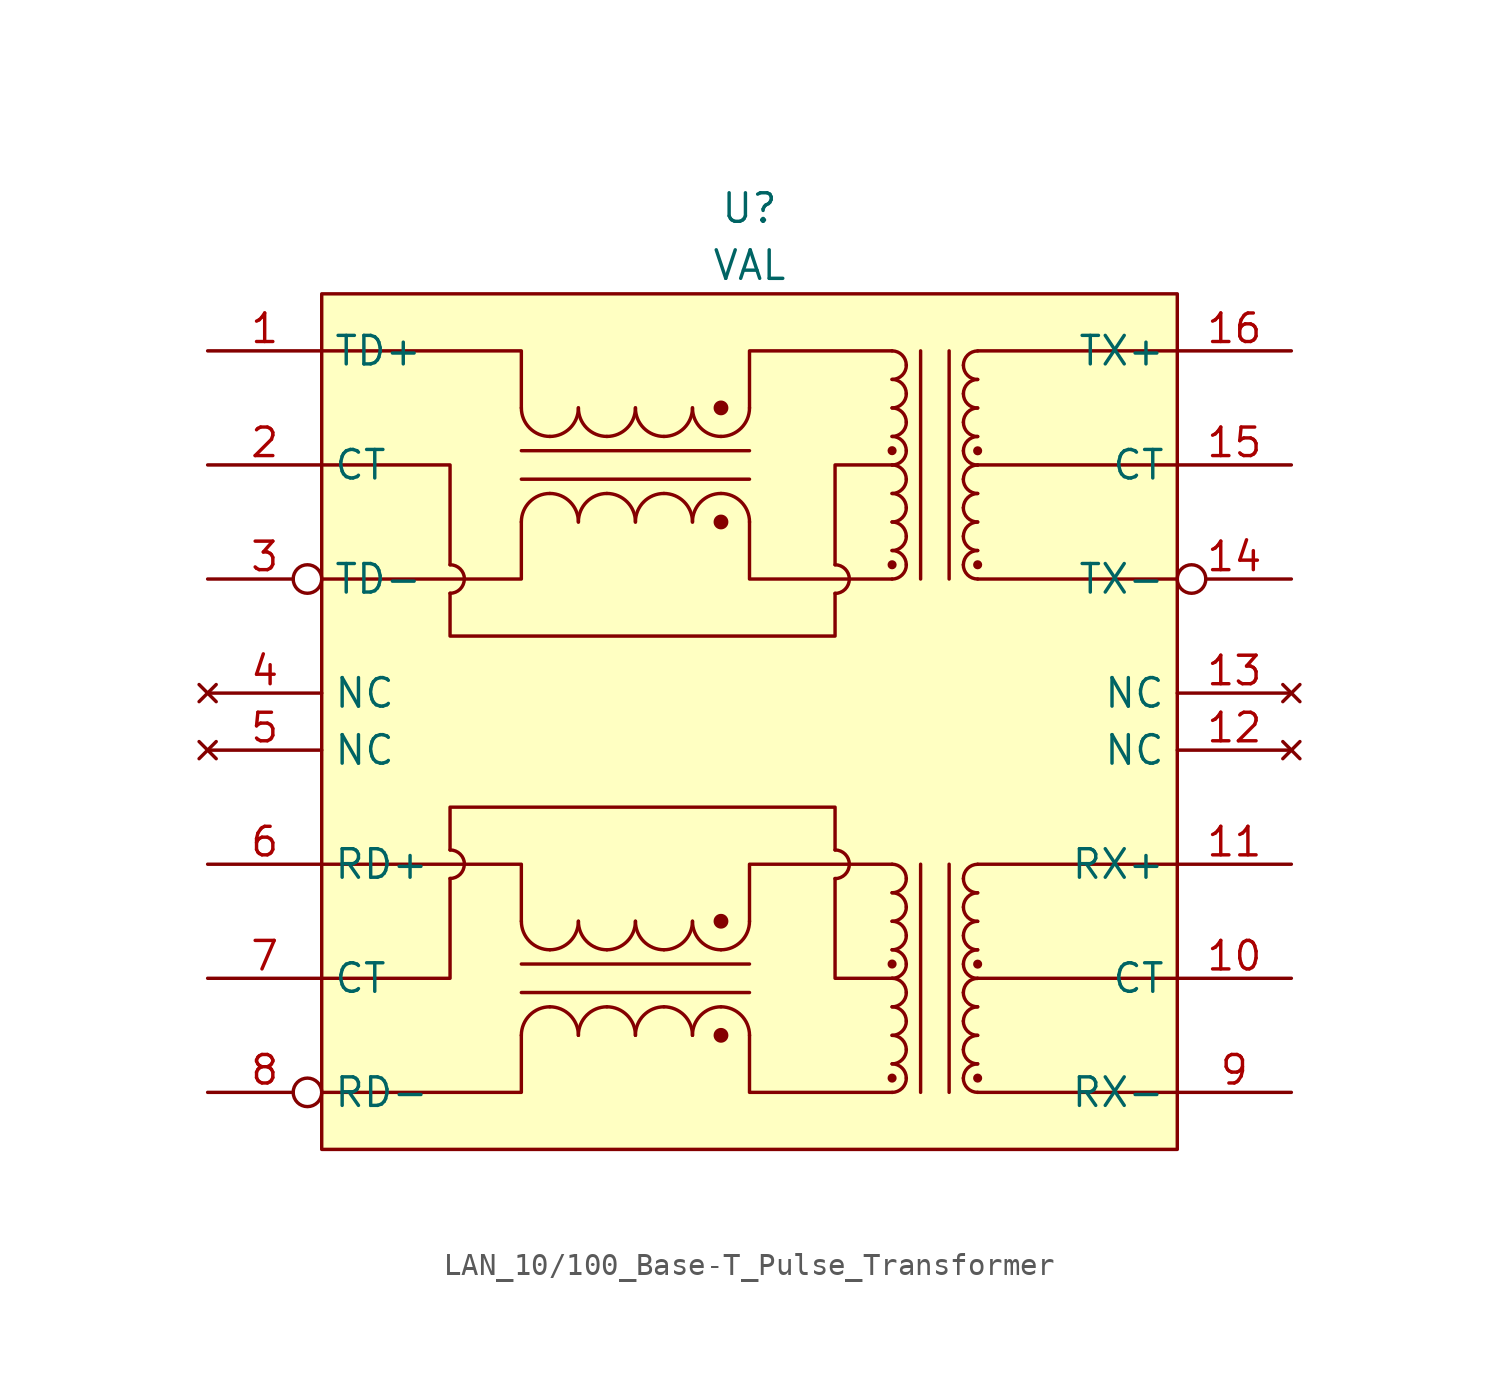
<source format=kicad_sym>
(kicad_symbol_lib
  (version 20241209)
  (generator "kicad_symbol_editor")
  (generator_version "9.0")
  (symbol "LAN_10/100_Base-T_Pulse_Transformer"
    (property "Reference" "U"
      (at 0 22.86 0)
      (do_not_autoplace)
      (effects (font (size 1.27 1.27))))
    (property "Value" "VAL"
      (at 0 20.32 0)
      (do_not_autoplace)
      (effects (font (size 1.27 1.27))))
    (symbol "LAN_10/100_Base-T_Pulse_Transformer_0_1"
      (polyline (pts (xy -19.05 16.51) (xy -10.16 16.51) (xy -10.16 13.97)) (stroke (width 0) (type default)) (fill (type none)))
      (polyline (pts (xy -19.05 -6.35) (xy -10.16 -6.35) (xy -10.16 -8.89)) (stroke (width 0) (type default)) (fill (type none)))
      (polyline (pts (xy -13.335 6.985) (xy -13.335 11.43) (xy -19.05 11.43)) (stroke (width 0) (type default)) (fill (type none)))
      (arc (start -13.335 6.985) (mid -12.886 6.799) (end -12.7 6.35) (stroke (width 0) (type default)) (fill (type none)))
      (arc (start -12.7 6.35) (mid -12.886 5.901) (end -13.335 5.715) (stroke (width 0) (type default)) (fill (type none)))
      (arc (start -13.335 -5.715) (mid -12.886 -5.901) (end -12.7 -6.35) (stroke (width 0) (type default)) (fill (type none)))
      (arc (start -12.7 -6.35) (mid -12.886 -6.799) (end -13.335 -6.985) (stroke (width 0) (type default)) (fill (type none)))
      (polyline (pts (xy -13.335 -6.985) (xy -13.335 -11.43) (xy -19.05 -11.43)) (stroke (width 0) (type default)) (fill (type none)))
      (polyline (pts (xy -10.16 8.89) (xy -10.16 6.35) (xy -19.05 6.35)) (stroke (width 0) (type default)) (fill (type none)))
      (polyline (pts (xy -10.16 -13.97) (xy -10.16 -16.51) (xy -19.05 -16.51)) (stroke (width 0) (type default)) (fill (type none)))
      (arc (start -8.89 12.7) (mid -9.788 13.072) (end -10.16 13.97) (stroke (width 0) (type default)) (fill (type none)))
      (arc (start -7.6199 13.9699) (mid -7.9919 13.0719) (end -8.8899 12.6999) (stroke (width 0) (type default)) (fill (type none)))
      (arc (start -10.1601 8.8901) (mid -9.7881 9.7881) (end -8.8901 10.1601) (stroke (width 0) (type default)) (fill (type none)))
      (arc (start -8.8899 10.1601) (mid -7.9919 9.7881) (end -7.6199 8.8901) (stroke (width 0) (type default)) (fill (type none)))
      (arc (start -7.6199 -8.8901) (mid -7.9919 -9.7881) (end -8.8899 -10.1601) (stroke (width 0) (type default)) (fill (type none)))
      (arc (start -10.1601 -13.9699) (mid -9.7881 -13.0719) (end -8.8901 -12.6999) (stroke (width 0) (type default)) (fill (type none)))
      (arc (start -8.8899 -12.6999) (mid -7.9919 -13.0719) (end -7.6199 -13.9699) (stroke (width 0) (type default)) (fill (type none)))
      (arc (start -8.89 -10.16) (mid -9.788 -9.788) (end -10.16 -8.89) (stroke (width 0) (type default)) (fill (type none)))
      (arc (start -6.3501 12.6999) (mid -7.2481 13.0719) (end -7.6201 13.9699) (stroke (width 0) (type default)) (fill (type none)))
      (arc (start -5.0799 13.9699) (mid -5.4519 13.0719) (end -6.3499 12.6999) (stroke (width 0) (type default)) (fill (type none)))
      (arc (start -7.6201 8.8901) (mid -7.2481 9.7881) (end -6.3501 10.1601) (stroke (width 0) (type default)) (fill (type none)))
      (arc (start -6.3499 10.1601) (mid -5.4519 9.7881) (end -5.0799 8.8901) (stroke (width 0) (type default)) (fill (type none)))
      (arc (start -6.3501 -10.1601) (mid -7.2481 -9.7881) (end -7.6201 -8.8901) (stroke (width 0) (type default)) (fill (type none)))
      (arc (start -5.0799 -8.8901) (mid -5.4519 -9.7881) (end -6.3499 -10.1601) (stroke (width 0) (type default)) (fill (type none)))
      (arc (start -7.6201 -13.9699) (mid -7.2481 -13.0719) (end -6.3501 -12.6999) (stroke (width 0) (type default)) (fill (type none)))
      (arc (start -6.3499 -12.6999) (mid -5.4519 -13.0719) (end -5.0799 -13.9699) (stroke (width 0) (type default)) (fill (type none)))
      (arc (start -3.8101 12.6999) (mid -4.7081 13.0719) (end -5.0801 13.9699) (stroke (width 0) (type default)) (fill (type none)))
      (arc (start -2.5399 13.9699) (mid -2.9119 13.0719) (end -3.8099 12.6999) (stroke (width 0) (type default)) (fill (type none)))
      (arc (start -5.0801 8.8901) (mid -4.7081 9.7881) (end -3.8101 10.1601) (stroke (width 0) (type default)) (fill (type none)))
      (arc (start -3.8099 10.1601) (mid -2.9119 9.7881) (end -2.5399 8.8901) (stroke (width 0) (type default)) (fill (type none)))
      (arc (start -3.8101 -10.1601) (mid -4.7081 -9.7881) (end -5.0801 -8.8901) (stroke (width 0) (type default)) (fill (type none)))
      (arc (start -2.5399 -8.8901) (mid -2.9119 -9.7881) (end -3.8099 -10.1601) (stroke (width 0) (type default)) (fill (type none)))
      (arc (start -5.0801 -13.9699) (mid -4.7081 -13.0719) (end -3.8101 -12.6999) (stroke (width 0) (type default)) (fill (type none)))
      (arc (start -3.8099 -12.6999) (mid -2.9119 -13.0719) (end -2.5399 -13.9699) (stroke (width 0) (type default)) (fill (type none)))
      (arc (start -1.27 10.16) (mid -0.372 9.788) (end 0 8.89) (stroke (width 0) (type default)) (fill (type none)))
      (arc (start -1.27 -12.7) (mid -0.372 -13.072) (end 0 -13.97) (stroke (width 0) (type default)) (fill (type none)))
      (arc (start -1.2701 12.6999) (mid -2.1681 13.0719) (end -2.5401 13.9699) (stroke (width 0) (type default)) (fill (type none)))
      (arc (start 0.0001 13.9699) (mid -0.3719 13.0719) (end -1.2699 12.6999) (stroke (width 0) (type default)) (fill (type none)))
      (arc (start -2.5401 8.8901) (mid -2.1681 9.7881) (end -1.2701 10.1601) (stroke (width 0) (type default)) (fill (type none)))
      (arc (start -1.2701 -10.1601) (mid -2.1681 -9.7881) (end -2.5401 -8.8901) (stroke (width 0) (type default)) (fill (type none)))
      (arc (start 0.0001 -8.8901) (mid -0.3719 -9.7881) (end -1.2699 -10.1601) (stroke (width 0) (type default)) (fill (type none)))
      (arc (start -2.5401 -13.9699) (mid -2.1681 -13.0719) (end -1.2701 -12.6999) (stroke (width 0) (type default)) (fill (type none)))
      (polyline (pts (xy 0 13.97) (xy 0 16.51) (xy 6.35 16.51)) (stroke (width 0) (type default)) (fill (type none)))
      (polyline (pts (xy 0 8.89) (xy 0 6.35) (xy 6.35 6.35)) (stroke (width 0) (type default)) (fill (type none)))
      (polyline (pts (xy 0 -8.89) (xy 0 -6.35) (xy 6.35 -6.35)) (stroke (width 0) (type default)) (fill (type none)))
      (polyline (pts (xy 0 -13.97) (xy 0 -16.51) (xy 6.35 -16.51)) (stroke (width 0) (type default)) (fill (type none)))
      (arc (start 3.81 6.985) (mid 4.259 6.799) (end 4.445 6.35) (stroke (width 0) (type default)) (fill (type none)))
      (arc (start 4.445 6.35) (mid 4.259 5.901) (end 3.81 5.715) (stroke (width 0) (type default)) (fill (type none)))
      (polyline (pts (xy 3.81 5.715) (xy 3.81 3.81) (xy -13.335 3.81) (xy -13.335 5.715)) (stroke (width 0) (type default)) (fill (type none)))
      (polyline (pts (xy 3.81 -5.715) (xy 3.81 -3.81) (xy -13.335 -3.81) (xy -13.335 -5.715)) (stroke (width 0) (type default)) (fill (type none)))
      (arc (start 3.81 -5.715) (mid 4.259 -5.901) (end 4.445 -6.35) (stroke (width 0) (type default)) (fill (type none)))
      (arc (start 4.445 -6.35) (mid 4.259 -6.799) (end 3.81 -6.985) (stroke (width 0) (type default)) (fill (type none)))
      (arc (start 6.35 16.51) (mid 6.799 16.324) (end 6.985 15.875) (stroke (width 0) (type default)) (fill (type none)))
      (arc (start 6.985 15.875) (mid 6.799 15.426) (end 6.35 15.24) (stroke (width 0) (type default)) (fill (type none)))
      (arc (start 6.35 15.24) (mid 6.799 15.054) (end 6.985 14.605) (stroke (width 0) (type default)) (fill (type none)))
      (arc (start 6.985 14.605) (mid 6.799 14.156) (end 6.35 13.97) (stroke (width 0) (type default)) (fill (type none)))
      (arc (start 6.35 13.97) (mid 6.799 13.784) (end 6.985 13.335) (stroke (width 0) (type default)) (fill (type none)))
      (arc (start 6.985 13.335) (mid 6.799 12.886) (end 6.35 12.7) (stroke (width 0) (type default)) (fill (type none)))
      (arc (start 6.35 12.7) (mid 6.799 12.514) (end 6.985 12.065) (stroke (width 0) (type default)) (fill (type none)))
      (arc (start 6.985 12.065) (mid 6.799 11.616) (end 6.35 11.43) (stroke (width 0) (type default)) (fill (type none)))
      (polyline (pts (xy 6.35 11.43) (xy 3.81 11.43) (xy 3.81 6.985)) (stroke (width 0) (type default)) (fill (type none)))
      (arc (start 6.985 10.795) (mid 6.799 10.346) (end 6.35 10.16) (stroke (width 0) (type default)) (fill (type none)))
      (arc (start 6.35 11.43) (mid 6.799 11.244) (end 6.985 10.795) (stroke (width 0) (type default)) (fill (type none)))
      (arc (start 6.985 9.525) (mid 6.799 9.076) (end 6.35 8.89) (stroke (width 0) (type default)) (fill (type none)))
      (arc (start 6.35 10.16) (mid 6.799 9.974) (end 6.985 9.525) (stroke (width 0) (type default)) (fill (type none)))
      (arc (start 6.985 8.255) (mid 6.799 7.806) (end 6.35 7.62) (stroke (width 0) (type default)) (fill (type none)))
      (arc (start 6.35 8.89) (mid 6.799 8.704) (end 6.985 8.255) (stroke (width 0) (type default)) (fill (type none)))
      (arc (start 6.985 6.985) (mid 6.799 6.536) (end 6.35 6.35) (stroke (width 0) (type default)) (fill (type none)))
      (arc (start 6.35 7.62) (mid 6.799 7.434) (end 6.985 6.985) (stroke (width 0) (type default)) (fill (type none)))
      (arc (start 6.985 -6.985) (mid 6.799 -7.434) (end 6.35 -7.62) (stroke (width 0) (type default)) (fill (type none)))
      (arc (start 6.35 -6.35) (mid 6.799 -6.536) (end 6.985 -6.985) (stroke (width 0) (type default)) (fill (type none)))
      (arc (start 6.985 -8.255) (mid 6.799 -8.704) (end 6.35 -8.89) (stroke (width 0) (type default)) (fill (type none)))
      (arc (start 6.35 -7.62) (mid 6.799 -7.806) (end 6.985 -8.255) (stroke (width 0) (type default)) (fill (type none)))
      (arc (start 6.985 -9.525) (mid 6.799 -9.974) (end 6.35 -10.16) (stroke (width 0) (type default)) (fill (type none)))
      (arc (start 6.35 -8.89) (mid 6.799 -9.076) (end 6.985 -9.525) (stroke (width 0) (type default)) (fill (type none)))
      (arc (start 6.985 -10.795) (mid 6.799 -11.244) (end 6.35 -11.43) (stroke (width 0) (type default)) (fill (type none)))
      (arc (start 6.35 -10.16) (mid 6.799 -10.346) (end 6.985 -10.795) (stroke (width 0) (type default)) (fill (type none)))
      (polyline (pts (xy 6.35 -11.43) (xy 3.81 -11.43) (xy 3.81 -6.985)) (stroke (width 0) (type default)) (fill (type none)))
      (arc (start 6.985 -12.065) (mid 6.799 -12.514) (end 6.35 -12.7) (stroke (width 0) (type default)) (fill (type none)))
      (arc (start 6.35 -11.43) (mid 6.799 -11.616) (end 6.985 -12.065) (stroke (width 0) (type default)) (fill (type none)))
      (arc (start 6.985 -13.335) (mid 6.799 -13.784) (end 6.35 -13.97) (stroke (width 0) (type default)) (fill (type none)))
      (arc (start 6.35 -12.7) (mid 6.799 -12.886) (end 6.985 -13.335) (stroke (width 0) (type default)) (fill (type none)))
      (arc (start 6.985 -14.605) (mid 6.799 -15.054) (end 6.35 -15.24) (stroke (width 0) (type default)) (fill (type none)))
      (arc (start 6.35 -13.97) (mid 6.799 -14.156) (end 6.985 -14.605) (stroke (width 0) (type default)) (fill (type none)))
      (arc (start 6.985 -15.875) (mid 6.799 -16.324) (end 6.35 -16.51) (stroke (width 0) (type default)) (fill (type none)))
      (arc (start 6.35 -15.24) (mid 6.799 -15.426) (end 6.985 -15.875) (stroke (width 0) (type default)) (fill (type none)))
      (polyline (pts (xy 7.62 16.51) (xy 7.62 6.35)) (stroke (width 0) (type default)) (fill (type none)))
      (polyline (pts (xy 7.62 -6.35) (xy 7.62 -16.51)) (stroke (width 0) (type default)) (fill (type none)))
      (polyline (pts (xy 8.89 6.35) (xy 8.89 16.51)) (stroke (width 0) (type default)) (fill (type none)))
      (polyline (pts (xy 8.89 -16.51) (xy 8.89 -6.35)) (stroke (width 0) (type default)) (fill (type none)))
      (polyline (pts (xy 10.16 16.51) (xy 19.05 16.51)) (stroke (width 0) (type default)) (fill (type none)))
      (arc (start 10.16 15.235) (mid 9.711 15.421) (end 9.525 15.87) (stroke (width 0) (type default)) (fill (type none)))
      (arc (start 10.16 13.965) (mid 9.711 14.151) (end 9.525 14.6) (stroke (width 0) (type default)) (fill (type none)))
      (arc (start 10.16 12.695) (mid 9.711 12.881) (end 9.525 13.33) (stroke (width 0) (type default)) (fill (type none)))
      (arc (start 10.16 11.425) (mid 9.711 11.611) (end 9.525 12.06) (stroke (width 0) (type default)) (fill (type none)))
      (polyline (pts (xy 10.16 11.43) (xy 19.05 11.43)) (stroke (width 0) (type default)) (fill (type none)))
      (arc (start 10.16 10.16) (mid 9.711 10.346) (end 9.525 10.795) (stroke (width 0) (type default)) (fill (type none)))
      (arc (start 9.525 10.795) (mid 9.7127 11.2408) (end 10.16 11.43) (stroke (width 0) (type default)) (fill (type none)))
      (arc (start 10.16 8.89) (mid 9.711 9.076) (end 9.525 9.525) (stroke (width 0) (type default)) (fill (type none)))
      (arc (start 9.525 9.525) (mid 9.7127 9.9708) (end 10.16 10.16) (stroke (width 0) (type default)) (fill (type none)))
      (arc (start 10.16 7.62) (mid 9.711 7.806) (end 9.525 8.255) (stroke (width 0) (type default)) (fill (type none)))
      (arc (start 9.525 8.255) (mid 9.7127 8.7008) (end 10.16 8.89) (stroke (width 0) (type default)) (fill (type none)))
      (arc (start 10.16 6.35) (mid 9.711 6.536) (end 9.525 6.985) (stroke (width 0) (type default)) (fill (type none)))
      (arc (start 9.525 6.985) (mid 9.7127 7.4308) (end 10.16 7.62) (stroke (width 0) (type default)) (fill (type none)))
      (polyline (pts (xy 10.16 6.35) (xy 19.05 6.35)) (stroke (width 0) (type default)) (fill (type none)))
      (polyline (pts (xy 10.16 -6.35) (xy 19.05 -6.35)) (stroke (width 0) (type default)) (fill (type none)))
      (arc (start 10.16 -7.625) (mid 9.711 -7.439) (end 9.525 -6.99) (stroke (width 0) (type default)) (fill (type none)))
      (arc (start 10.16 -8.895) (mid 9.711 -8.709) (end 9.525 -8.26) (stroke (width 0) (type default)) (fill (type none)))
      (arc (start 10.16 -10.165) (mid 9.711 -9.979) (end 9.525 -9.53) (stroke (width 0) (type default)) (fill (type none)))
      (arc (start 10.16 -11.435) (mid 9.711 -11.249) (end 9.525 -10.8) (stroke (width 0) (type default)) (fill (type none)))
      (polyline (pts (xy 10.16 -11.43) (xy 19.05 -11.43)) (stroke (width 0) (type default)) (fill (type none)))
      (arc (start 10.16 -12.7) (mid 9.711 -12.514) (end 9.525 -12.065) (stroke (width 0) (type default)) (fill (type none)))
      (arc (start 10.16 -13.97) (mid 9.711 -13.784) (end 9.525 -13.335) (stroke (width 0) (type default)) (fill (type none)))
      (arc (start 10.16 -15.24) (mid 9.711 -15.054) (end 9.525 -14.605) (stroke (width 0) (type default)) (fill (type none)))
      (arc (start 10.16 -16.51) (mid 9.711 -16.324) (end 9.525 -15.875) (stroke (width 0) (type default)) (fill (type none)))
      (polyline (pts (xy 10.16 -16.51) (xy 19.05 -16.51)) (stroke (width 0) (type default)) (fill (type none)))
      (arc (start 9.525 15.87) (mid 9.7127 16.3158) (end 10.16 16.505) (stroke (width 0) (type default)) (fill (type none)))
      (arc (start 9.525 14.6) (mid 9.7127 15.0458) (end 10.16 15.235) (stroke (width 0) (type default)) (fill (type none)))
      (arc (start 9.525 13.33) (mid 9.7127 13.7758) (end 10.16 13.965) (stroke (width 0) (type default)) (fill (type none)))
      (arc (start 9.525 12.06) (mid 9.7127 12.5058) (end 10.16 12.695) (stroke (width 0) (type default)) (fill (type none)))
      (arc (start 9.525 -12.065) (mid 9.7127 -11.6192) (end 10.16 -11.43) (stroke (width 0) (type default)) (fill (type none)))
      (arc (start 9.525 -13.335) (mid 9.7127 -12.8892) (end 10.16 -12.7) (stroke (width 0) (type default)) (fill (type none)))
      (arc (start 9.525 -14.605) (mid 9.7127 -14.1592) (end 10.16 -13.97) (stroke (width 0) (type default)) (fill (type none)))
      (arc (start 9.525 -15.875) (mid 9.7127 -15.4292) (end 10.16 -15.24) (stroke (width 0) (type default)) (fill (type none)))
      (arc (start 9.525 -6.99) (mid 9.7127 -6.5442) (end 10.16 -6.355) (stroke (width 0) (type default)) (fill (type none)))
      (arc (start 9.525 -8.26) (mid 9.7127 -7.8142) (end 10.16 -7.625) (stroke (width 0) (type default)) (fill (type none)))
      (arc (start 9.525 -9.53) (mid 9.7127 -9.0842) (end 10.16 -8.895) (stroke (width 0) (type default)) (fill (type none)))
      (arc (start 9.525 -10.8) (mid 9.7127 -10.3542) (end 10.16 -10.165) (stroke (width 0) (type default)) (fill (type none))))
    (symbol "LAN_10/100_Base-T_Pulse_Transformer_1_0"
      (pin output line (at -24.13 16.51 0) (length 5.08) (name "TD+" (effects (font (size 1.27 1.27)))) (number "1" (effects (font (size 1.27 1.27)))))
      (pin passive line (at -24.13 11.43 0) (length 5.08) (name "CT" (effects (font (size 1.27 1.27)))) (number "2" (effects (font (size 1.27 1.27)))))
      (pin output inverted (at -24.13 6.35 0) (length 5.08) (name "TD-" (effects (font (size 1.27 1.27)))) (number "3" (effects (font (size 1.27 1.27)))))
      (pin no_connect line (at -24.13 1.27 0) (length 5.08) (name "NC" (effects (font (size 1.27 1.27)))) (number "4" (effects (font (size 1.27 1.27)))))
      (pin no_connect line (at -24.13 -1.27 0) (length 5.08) (name "NC" (effects (font (size 1.27 1.27)))) (number "5" (effects (font (size 1.27 1.27)))))
      (pin input line (at -24.13 -6.35 0) (length 5.08) (name "RD+" (effects (font (size 1.27 1.27)))) (number "6" (effects (font (size 1.27 1.27)))))
      (pin passive line (at -24.13 -11.43 0) (length 5.08) (name "CT" (effects (font (size 1.27 1.27)))) (number "7" (effects (font (size 1.27 1.27)))))
      (pin input inverted (at -24.13 -16.51 0) (length 5.08) (name "RD-" (effects (font (size 1.27 1.27)))) (number "8" (effects (font (size 1.27 1.27)))))
      (pin input line (at 24.13 16.51 180) (length 5.08) (name "TX+" (effects (font (size 1.27 1.27)))) (number "16" (effects (font (size 1.27 1.27)))))
      (pin output line (at 24.13 11.43 180) (length 5.08) (name "CT" (effects (font (size 1.27 1.27)))) (number "15" (effects (font (size 1.27 1.27)))))
      (pin input inverted (at 24.13 6.35 180) (length 5.08) (name "TX-" (effects (font (size 1.27 1.27)))) (number "14" (effects (font (size 1.27 1.27)))))
      (pin no_connect line (at 24.13 1.27 180) (length 5.08) (name "NC" (effects (font (size 1.27 1.27)))) (number "13" (effects (font (size 1.27 1.27)))))
      (pin no_connect line (at 24.13 -1.27 180) (length 5.08) (name "NC" (effects (font (size 1.27 1.27)))) (number "12" (effects (font (size 1.27 1.27)))))
      (pin output line (at 24.13 -6.35 180) (length 5.08) (name "RX+" (effects (font (size 1.27 1.27)))) (number "11" (effects (font (size 1.27 1.27)))))
      (pin passive line (at 24.13 -11.43 180) (length 5.08) (name "CT" (effects (font (size 1.27 1.27)))) (number "10" (effects (font (size 1.27 1.27)))))
      (pin output line (at 24.13 -16.51 180) (length 5.08) (name "RX-" (effects (font (size 1.27 1.27)))) (number "9" (effects (font (size 1.27 1.27))))))
    (symbol "LAN_10/100_Base-T_Pulse_Transformer_1_1"
      (rectangle (start -19.05 19.05) (end 19.05 -19.05) (stroke (width 0) (type solid)) (fill (type background)))
      (polyline (pts (xy -10.16 10.795) (xy 0 10.795)) (stroke (width 0) (type default)) (fill (type none)))
      (polyline (pts (xy -10.16 -12.065) (xy 0 -12.065)) (stroke (width 0) (type default)) (fill (type none)))
      (circle (center -1.27 13.97) (radius 0.254) (stroke (width 0) (type solid)) (fill (type outline)))
      (circle (center -1.27 8.89) (radius 0.254) (stroke (width 0) (type solid)) (fill (type outline)))
      (circle (center -1.27 -8.89) (radius 0.254) (stroke (width 0) (type solid)) (fill (type outline)))
      (circle (center -1.27 -13.97) (radius 0.254) (stroke (width 0) (type solid)) (fill (type outline)))
      (polyline (pts (xy 0 12.065) (xy -10.16 12.065)) (stroke (width 0) (type default)) (fill (type none)))
      (polyline (pts (xy 0 -10.795) (xy -10.16 -10.795)) (stroke (width 0) (type default)) (fill (type none)))
      (circle (center 6.35 12.065) (radius 0.127) (stroke (width 0) (type solid)) (fill (type outline)))
      (circle (center 6.35 6.985) (radius 0.127) (stroke (width 0) (type solid)) (fill (type outline)))
      (circle (center 6.35 -10.795) (radius 0.127) (stroke (width 0) (type solid)) (fill (type outline)))
      (circle (center 6.35 -15.875) (radius 0.127) (stroke (width 0) (type solid)) (fill (type outline)))
      (circle (center 10.16 12.06) (radius 0.127) (stroke (width 0) (type solid)) (fill (type outline)))
      (circle (center 10.16 6.985) (radius 0.127) (stroke (width 0) (type solid)) (fill (type outline)))
      (circle (center 10.16 -10.8) (radius 0.127) (stroke (width 0) (type solid)) (fill (type outline)))
      (circle (center 10.16 -15.875) (radius 0.127) (stroke (width 0) (type solid)) (fill (type outline))))))
</source>
